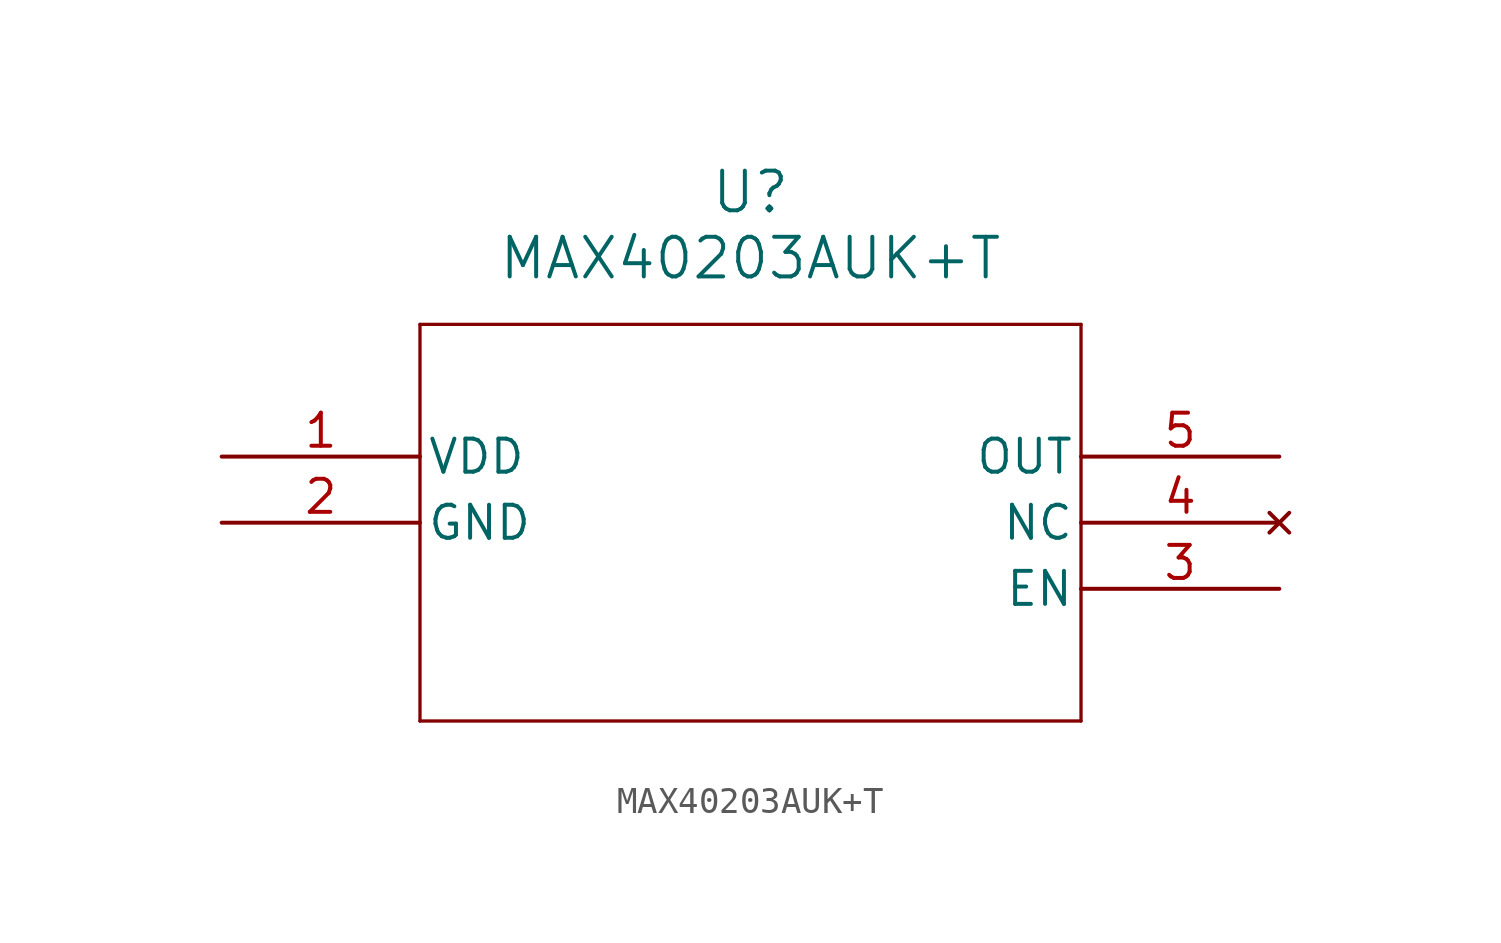
<source format=kicad_sym>
(kicad_symbol_lib
  (version 20211014)
  (generator kicad_symbol_editor)
  (symbol "MAX40203AUK+T"
    (pin_names
      (offset 0.254))
    (property "Reference" "U"
      (at 20.32 10.16 0)
      (effects (font (size 1.524 1.524))))
    (property "Value" "MAX40203AUK+T"
      (at 20.32 7.62 0)
      (effects (font (size 1.524 1.524))))
    (symbol "MAX40203AUK+T_0_1"
      (polyline (pts (xy 7.62 5.08) (xy 7.62 -10.16)) (stroke (width 0.127) (type default) (color 0 0 0 0)) (fill (type none)))
      (polyline (pts (xy 7.62 -10.16) (xy 33.02 -10.16)) (stroke (width 0.127) (type default) (color 0 0 0 0)) (fill (type none)))
      (polyline (pts (xy 33.02 -10.16) (xy 33.02 5.08)) (stroke (width 0.127) (type default) (color 0 0 0 0)) (fill (type none)))
      (polyline (pts (xy 33.02 5.08) (xy 7.62 5.08)) (stroke (width 0.127) (type default) (color 0 0 0 0)) (fill (type none)))
      (pin power_in line (at 0 0 0) (length 7.62) (name "VDD" (effects (font (size 1.27 1.27)))) (number "1" (effects (font (size 1.27 1.27)))))
      (pin power_in line (at 0 -2.54 0) (length 7.62) (name "GND" (effects (font (size 1.27 1.27)))) (number "2" (effects (font (size 1.27 1.27)))))
      (pin input line (at 40.64 -5.08 180) (length 7.62) (name "EN" (effects (font (size 1.27 1.27)))) (number "3" (effects (font (size 1.27 1.27)))))
      (pin no_connect line (at 40.64 -2.54 180) (length 7.62) (name "NC" (effects (font (size 1.27 1.27)))) (number "4" (effects (font (size 1.27 1.27)))))
      (pin output line (at 40.64 0 180) (length 7.62) (name "OUT" (effects (font (size 1.27 1.27)))) (number "5" (effects (font (size 1.27 1.27))))))))
</source>
